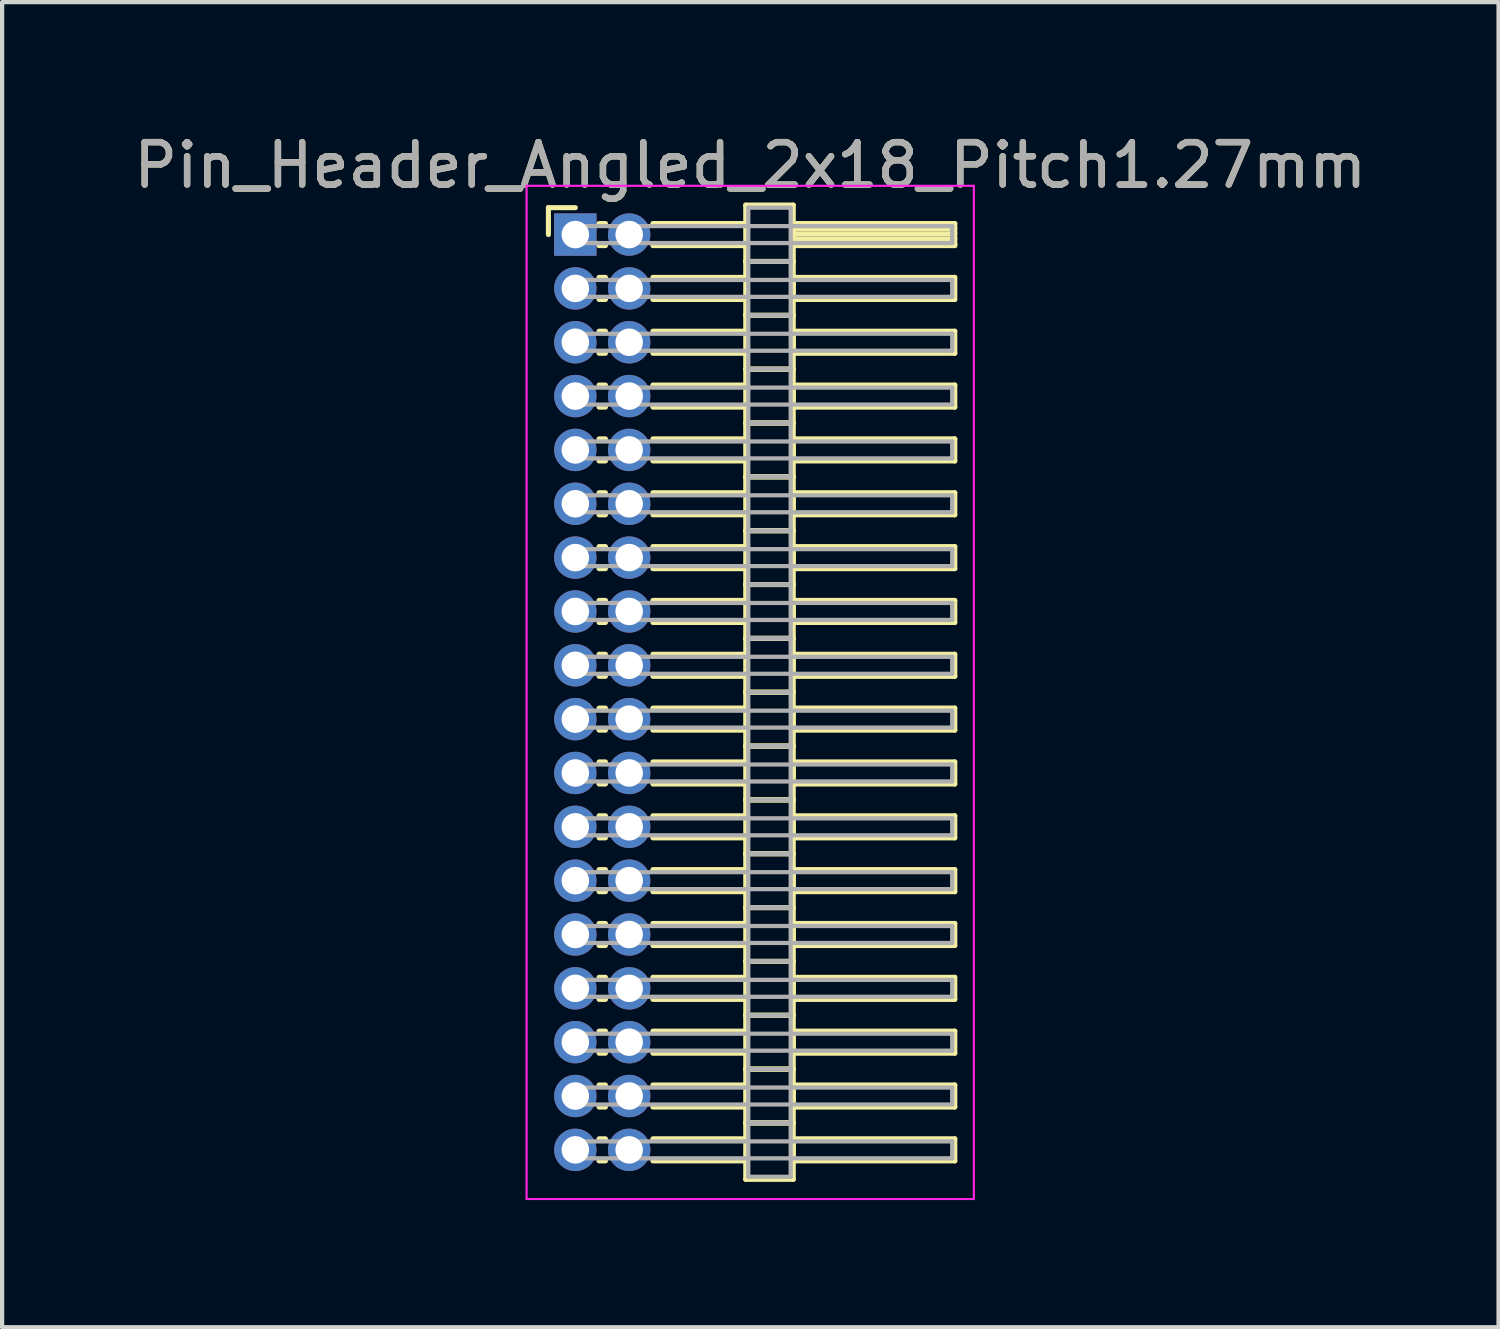
<source format=kicad_pcb>
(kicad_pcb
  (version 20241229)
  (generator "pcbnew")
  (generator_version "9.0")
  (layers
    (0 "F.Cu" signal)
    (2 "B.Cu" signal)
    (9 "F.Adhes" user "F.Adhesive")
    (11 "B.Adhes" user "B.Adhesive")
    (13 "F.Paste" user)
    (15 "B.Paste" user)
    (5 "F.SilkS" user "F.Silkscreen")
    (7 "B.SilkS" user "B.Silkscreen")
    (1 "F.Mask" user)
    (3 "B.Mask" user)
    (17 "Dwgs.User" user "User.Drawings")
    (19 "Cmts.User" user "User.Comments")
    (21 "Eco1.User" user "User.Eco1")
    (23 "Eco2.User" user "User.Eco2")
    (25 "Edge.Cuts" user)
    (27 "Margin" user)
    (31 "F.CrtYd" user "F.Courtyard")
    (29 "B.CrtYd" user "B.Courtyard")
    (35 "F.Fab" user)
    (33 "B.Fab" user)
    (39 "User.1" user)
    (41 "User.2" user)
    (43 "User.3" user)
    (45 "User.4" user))
  (footprint "Pin_Header_Angled_2x18_Pitch1.27mm"
    (layer "F.Cu")
    (at 10.521 2.483)
    (property "Reference" "Pin_Header_Angled_2x18_Pitch1.27mm" (at 4.128 -1.635 0) (layer "F.SilkS") (effects (font (size 1 1) (thickness 0.15))))
    (attr through_hole)
    (fp_line (start -0.635 -0.635) (end 0 -0.635) (stroke (width 0.12) (type solid)) (layer "F.SilkS"))
    (fp_line (start -0.635 0) (end -0.635 -0.635) (stroke (width 0.12) (type solid)) (layer "F.SilkS"))
    (fp_line (start 0.56 -0.26) (end 0.71 -0.26) (stroke (width 0.12) (type solid)) (layer "F.SilkS"))
    (fp_line (start 0.56 0.26) (end 0.71 0.26) (stroke (width 0.12) (type solid)) (layer "F.SilkS"))
    (fp_line (start 0.56 1.01) (end 0.71 1.01) (stroke (width 0.12) (type solid)) (layer "F.SilkS"))
    (fp_line (start 0.56 1.53) (end 0.71 1.53) (stroke (width 0.12) (type solid)) (layer "F.SilkS"))
    (fp_line (start 0.56 2.28) (end 0.71 2.28) (stroke (width 0.12) (type solid)) (layer "F.SilkS"))
    (fp_line (start 0.56 2.8) (end 0.71 2.8) (stroke (width 0.12) (type solid)) (layer "F.SilkS"))
    (fp_line (start 0.56 3.55) (end 0.71 3.55) (stroke (width 0.12) (type solid)) (layer "F.SilkS"))
    (fp_line (start 0.56 4.07) (end 0.71 4.07) (stroke (width 0.12) (type solid)) (layer "F.SilkS"))
    (fp_line (start 0.56 4.82) (end 0.71 4.82) (stroke (width 0.12) (type solid)) (layer "F.SilkS"))
    (fp_line (start 0.56 5.34) (end 0.71 5.34) (stroke (width 0.12) (type solid)) (layer "F.SilkS"))
    (fp_line (start 0.56 6.09) (end 0.71 6.09) (stroke (width 0.12) (type solid)) (layer "F.SilkS"))
    (fp_line (start 0.56 6.61) (end 0.71 6.61) (stroke (width 0.12) (type solid)) (layer "F.SilkS"))
    (fp_line (start 0.56 7.36) (end 0.71 7.36) (stroke (width 0.12) (type solid)) (layer "F.SilkS"))
    (fp_line (start 0.56 7.88) (end 0.71 7.88) (stroke (width 0.12) (type solid)) (layer "F.SilkS"))
    (fp_line (start 0.56 8.63) (end 0.71 8.63) (stroke (width 0.12) (type solid)) (layer "F.SilkS"))
    (fp_line (start 0.56 9.15) (end 0.71 9.15) (stroke (width 0.12) (type solid)) (layer "F.SilkS"))
    (fp_line (start 0.56 9.9) (end 0.71 9.9) (stroke (width 0.12) (type solid)) (layer "F.SilkS"))
    (fp_line (start 0.56 10.42) (end 0.71 10.42) (stroke (width 0.12) (type solid)) (layer "F.SilkS"))
    (fp_line (start 0.56 11.17) (end 0.71 11.17) (stroke (width 0.12) (type solid)) (layer "F.SilkS"))
    (fp_line (start 0.56 11.69) (end 0.71 11.69) (stroke (width 0.12) (type solid)) (layer "F.SilkS"))
    (fp_line (start 0.56 12.44) (end 0.71 12.44) (stroke (width 0.12) (type solid)) (layer "F.SilkS"))
    (fp_line (start 0.56 12.96) (end 0.71 12.96) (stroke (width 0.12) (type solid)) (layer "F.SilkS"))
    (fp_line (start 0.56 13.71) (end 0.71 13.71) (stroke (width 0.12) (type solid)) (layer "F.SilkS"))
    (fp_line (start 0.56 14.23) (end 0.71 14.23) (stroke (width 0.12) (type solid)) (layer "F.SilkS"))
    (fp_line (start 0.56 14.98) (end 0.71 14.98) (stroke (width 0.12) (type solid)) (layer "F.SilkS"))
    (fp_line (start 0.56 15.5) (end 0.71 15.5) (stroke (width 0.12) (type solid)) (layer "F.SilkS"))
    (fp_line (start 0.56 16.25) (end 0.71 16.25) (stroke (width 0.12) (type solid)) (layer "F.SilkS"))
    (fp_line (start 0.56 16.77) (end 0.71 16.77) (stroke (width 0.12) (type solid)) (layer "F.SilkS"))
    (fp_line (start 0.56 17.52) (end 0.71 17.52) (stroke (width 0.12) (type solid)) (layer "F.SilkS"))
    (fp_line (start 0.56 18.04) (end 0.71 18.04) (stroke (width 0.12) (type solid)) (layer "F.SilkS"))
    (fp_line (start 0.56 18.79) (end 0.71 18.79) (stroke (width 0.12) (type solid)) (layer "F.SilkS"))
    (fp_line (start 0.56 19.31) (end 0.71 19.31) (stroke (width 0.12) (type solid)) (layer "F.SilkS"))
    (fp_line (start 0.56 20.06) (end 0.71 20.06) (stroke (width 0.12) (type solid)) (layer "F.SilkS"))
    (fp_line (start 0.56 20.58) (end 0.71 20.58) (stroke (width 0.12) (type solid)) (layer "F.SilkS"))
    (fp_line (start 0.56 21.33) (end 0.71 21.33) (stroke (width 0.12) (type solid)) (layer "F.SilkS"))
    (fp_line (start 0.56 21.85) (end 0.71 21.85) (stroke (width 0.12) (type solid)) (layer "F.SilkS"))
    (fp_line (start 1.83 -0.26) (end 4.02 -0.26) (stroke (width 0.12) (type solid)) (layer "F.SilkS"))
    (fp_line (start 1.83 0.26) (end 4.02 0.26) (stroke (width 0.12) (type solid)) (layer "F.SilkS"))
    (fp_line (start 1.83 1.01) (end 4.02 1.01) (stroke (width 0.12) (type solid)) (layer "F.SilkS"))
    (fp_line (start 1.83 1.53) (end 4.02 1.53) (stroke (width 0.12) (type solid)) (layer "F.SilkS"))
    (fp_line (start 1.83 2.28) (end 4.02 2.28) (stroke (width 0.12) (type solid)) (layer "F.SilkS"))
    (fp_line (start 1.83 2.8) (end 4.02 2.8) (stroke (width 0.12) (type solid)) (layer "F.SilkS"))
    (fp_line (start 1.83 3.55) (end 4.02 3.55) (stroke (width 0.12) (type solid)) (layer "F.SilkS"))
    (fp_line (start 1.83 4.07) (end 4.02 4.07) (stroke (width 0.12) (type solid)) (layer "F.SilkS"))
    (fp_line (start 1.83 4.82) (end 4.02 4.82) (stroke (width 0.12) (type solid)) (layer "F.SilkS"))
    (fp_line (start 1.83 5.34) (end 4.02 5.34) (stroke (width 0.12) (type solid)) (layer "F.SilkS"))
    (fp_line (start 1.83 6.09) (end 4.02 6.09) (stroke (width 0.12) (type solid)) (layer "F.SilkS"))
    (fp_line (start 1.83 6.61) (end 4.02 6.61) (stroke (width 0.12) (type solid)) (layer "F.SilkS"))
    (fp_line (start 1.83 7.36) (end 4.02 7.36) (stroke (width 0.12) (type solid)) (layer "F.SilkS"))
    (fp_line (start 1.83 7.88) (end 4.02 7.88) (stroke (width 0.12) (type solid)) (layer "F.SilkS"))
    (fp_line (start 1.83 8.63) (end 4.02 8.63) (stroke (width 0.12) (type solid)) (layer "F.SilkS"))
    (fp_line (start 1.83 9.15) (end 4.02 9.15) (stroke (width 0.12) (type solid)) (layer "F.SilkS"))
    (fp_line (start 1.83 9.9) (end 4.02 9.9) (stroke (width 0.12) (type solid)) (layer "F.SilkS"))
    (fp_line (start 1.83 10.42) (end 4.02 10.42) (stroke (width 0.12) (type solid)) (layer "F.SilkS"))
    (fp_line (start 1.83 11.17) (end 4.02 11.17) (stroke (width 0.12) (type solid)) (layer "F.SilkS"))
    (fp_line (start 1.83 11.69) (end 4.02 11.69) (stroke (width 0.12) (type solid)) (layer "F.SilkS"))
    (fp_line (start 1.83 12.44) (end 4.02 12.44) (stroke (width 0.12) (type solid)) (layer "F.SilkS"))
    (fp_line (start 1.83 12.96) (end 4.02 12.96) (stroke (width 0.12) (type solid)) (layer "F.SilkS"))
    (fp_line (start 1.83 13.71) (end 4.02 13.71) (stroke (width 0.12) (type solid)) (layer "F.SilkS"))
    (fp_line (start 1.83 14.23) (end 4.02 14.23) (stroke (width 0.12) (type solid)) (layer "F.SilkS"))
    (fp_line (start 1.83 14.98) (end 4.02 14.98) (stroke (width 0.12) (type solid)) (layer "F.SilkS"))
    (fp_line (start 1.83 15.5) (end 4.02 15.5) (stroke (width 0.12) (type solid)) (layer "F.SilkS"))
    (fp_line (start 1.83 16.25) (end 4.02 16.25) (stroke (width 0.12) (type solid)) (layer "F.SilkS"))
    (fp_line (start 1.83 16.77) (end 4.02 16.77) (stroke (width 0.12) (type solid)) (layer "F.SilkS"))
    (fp_line (start 1.83 17.52) (end 4.02 17.52) (stroke (width 0.12) (type solid)) (layer "F.SilkS"))
    (fp_line (start 1.83 18.04) (end 4.02 18.04) (stroke (width 0.12) (type solid)) (layer "F.SilkS"))
    (fp_line (start 1.83 18.79) (end 4.02 18.79) (stroke (width 0.12) (type solid)) (layer "F.SilkS"))
    (fp_line (start 1.83 19.31) (end 4.02 19.31) (stroke (width 0.12) (type solid)) (layer "F.SilkS"))
    (fp_line (start 1.83 20.06) (end 4.02 20.06) (stroke (width 0.12) (type solid)) (layer "F.SilkS"))
    (fp_line (start 1.83 20.58) (end 4.02 20.58) (stroke (width 0.12) (type solid)) (layer "F.SilkS"))
    (fp_line (start 1.83 21.33) (end 4.02 21.33) (stroke (width 0.12) (type solid)) (layer "F.SilkS"))
    (fp_line (start 1.83 21.85) (end 4.02 21.85) (stroke (width 0.12) (type solid)) (layer "F.SilkS"))
    (fp_line (start 4.02 -0.695) (end 4.02 0.635) (stroke (width 0.12) (type solid)) (layer "F.SilkS"))
    (fp_line (start 4.02 0.635) (end 4.02 1.905) (stroke (width 0.12) (type solid)) (layer "F.SilkS"))
    (fp_line (start 4.02 0.635) (end 5.14 0.635) (stroke (width 0.12) (type solid)) (layer "F.SilkS"))
    (fp_line (start 4.02 1.905) (end 4.02 3.175) (stroke (width 0.12) (type solid)) (layer "F.SilkS"))
    (fp_line (start 4.02 1.905) (end 5.14 1.905) (stroke (width 0.12) (type solid)) (layer "F.SilkS"))
    (fp_line (start 4.02 3.175) (end 4.02 4.445) (stroke (width 0.12) (type solid)) (layer "F.SilkS"))
    (fp_line (start 4.02 3.175) (end 5.14 3.175) (stroke (width 0.12) (type solid)) (layer "F.SilkS"))
    (fp_line (start 4.02 4.445) (end 4.02 5.715) (stroke (width 0.12) (type solid)) (layer "F.SilkS"))
    (fp_line (start 4.02 4.445) (end 5.14 4.445) (stroke (width 0.12) (type solid)) (layer "F.SilkS"))
    (fp_line (start 4.02 5.715) (end 4.02 6.985) (stroke (width 0.12) (type solid)) (layer "F.SilkS"))
    (fp_line (start 4.02 5.715) (end 5.14 5.715) (stroke (width 0.12) (type solid)) (layer "F.SilkS"))
    (fp_line (start 4.02 6.985) (end 4.02 8.255) (stroke (width 0.12) (type solid)) (layer "F.SilkS"))
    (fp_line (start 4.02 6.985) (end 5.14 6.985) (stroke (width 0.12) (type solid)) (layer "F.SilkS"))
    (fp_line (start 4.02 8.255) (end 4.02 9.525) (stroke (width 0.12) (type solid)) (layer "F.SilkS"))
    (fp_line (start 4.02 8.255) (end 5.14 8.255) (stroke (width 0.12) (type solid)) (layer "F.SilkS"))
    (fp_line (start 4.02 9.525) (end 4.02 10.795) (stroke (width 0.12) (type solid)) (layer "F.SilkS"))
    (fp_line (start 4.02 9.525) (end 5.14 9.525) (stroke (width 0.12) (type solid)) (layer "F.SilkS"))
    (fp_line (start 4.02 10.795) (end 4.02 12.065) (stroke (width 0.12) (type solid)) (layer "F.SilkS"))
    (fp_line (start 4.02 10.795) (end 5.14 10.795) (stroke (width 0.12) (type solid)) (layer "F.SilkS"))
    (fp_line (start 4.02 12.065) (end 4.02 13.335) (stroke (width 0.12) (type solid)) (layer "F.SilkS"))
    (fp_line (start 4.02 12.065) (end 5.14 12.065) (stroke (width 0.12) (type solid)) (layer "F.SilkS"))
    (fp_line (start 4.02 13.335) (end 4.02 14.605) (stroke (width 0.12) (type solid)) (layer "F.SilkS"))
    (fp_line (start 4.02 13.335) (end 5.14 13.335) (stroke (width 0.12) (type solid)) (layer "F.SilkS"))
    (fp_line (start 4.02 14.605) (end 4.02 15.875) (stroke (width 0.12) (type solid)) (layer "F.SilkS"))
    (fp_line (start 4.02 14.605) (end 5.14 14.605) (stroke (width 0.12) (type solid)) (layer "F.SilkS"))
    (fp_line (start 4.02 15.875) (end 4.02 17.145) (stroke (width 0.12) (type solid)) (layer "F.SilkS"))
    (fp_line (start 4.02 15.875) (end 5.14 15.875) (stroke (width 0.12) (type solid)) (layer "F.SilkS"))
    (fp_line (start 4.02 17.145) (end 4.02 18.415) (stroke (width 0.12) (type solid)) (layer "F.SilkS"))
    (fp_line (start 4.02 17.145) (end 5.14 17.145) (stroke (width 0.12) (type solid)) (layer "F.SilkS"))
    (fp_line (start 4.02 18.415) (end 4.02 19.685) (stroke (width 0.12) (type solid)) (layer "F.SilkS"))
    (fp_line (start 4.02 18.415) (end 5.14 18.415) (stroke (width 0.12) (type solid)) (layer "F.SilkS"))
    (fp_line (start 4.02 19.685) (end 4.02 20.955) (stroke (width 0.12) (type solid)) (layer "F.SilkS"))
    (fp_line (start 4.02 19.685) (end 5.14 19.685) (stroke (width 0.12) (type solid)) (layer "F.SilkS"))
    (fp_line (start 4.02 20.955) (end 4.02 22.285) (stroke (width 0.12) (type solid)) (layer "F.SilkS"))
    (fp_line (start 4.02 20.955) (end 5.14 20.955) (stroke (width 0.12) (type solid)) (layer "F.SilkS"))
    (fp_line (start 4.02 22.285) (end 5.14 22.285) (stroke (width 0.12) (type solid)) (layer "F.SilkS"))
    (fp_line (start 5.14 -0.695) (end 4.02 -0.695) (stroke (width 0.12) (type solid)) (layer "F.SilkS"))
    (fp_line (start 5.14 -0.26) (end 5.14 0.26) (stroke (width 0.12) (type solid)) (layer "F.SilkS"))
    (fp_line (start 5.14 -0.14) (end 8.95 -0.14) (stroke (width 0.12) (type solid)) (layer "F.SilkS"))
    (fp_line (start 5.14 -0.02) (end 8.95 -0.02) (stroke (width 0.12) (type solid)) (layer "F.SilkS"))
    (fp_line (start 5.14 0.1) (end 8.95 0.1) (stroke (width 0.12) (type solid)) (layer "F.SilkS"))
    (fp_line (start 5.14 0.22) (end 8.95 0.22) (stroke (width 0.12) (type solid)) (layer "F.SilkS"))
    (fp_line (start 5.14 0.26) (end 8.95 0.26) (stroke (width 0.12) (type solid)) (layer "F.SilkS"))
    (fp_line (start 5.14 0.635) (end 4.02 0.635) (stroke (width 0.12) (type solid)) (layer "F.SilkS"))
    (fp_line (start 5.14 0.635) (end 5.14 -0.695) (stroke (width 0.12) (type solid)) (layer "F.SilkS"))
    (fp_line (start 5.14 1.01) (end 5.14 1.53) (stroke (width 0.12) (type solid)) (layer "F.SilkS"))
    (fp_line (start 5.14 1.53) (end 8.95 1.53) (stroke (width 0.12) (type solid)) (layer "F.SilkS"))
    (fp_line (start 5.14 1.905) (end 4.02 1.905) (stroke (width 0.12) (type solid)) (layer "F.SilkS"))
    (fp_line (start 5.14 1.905) (end 5.14 0.635) (stroke (width 0.12) (type solid)) (layer "F.SilkS"))
    (fp_line (start 5.14 2.28) (end 5.14 2.8) (stroke (width 0.12) (type solid)) (layer "F.SilkS"))
    (fp_line (start 5.14 2.8) (end 8.95 2.8) (stroke (width 0.12) (type solid)) (layer "F.SilkS"))
    (fp_line (start 5.14 3.175) (end 4.02 3.175) (stroke (width 0.12) (type solid)) (layer "F.SilkS"))
    (fp_line (start 5.14 3.175) (end 5.14 1.905) (stroke (width 0.12) (type solid)) (layer "F.SilkS"))
    (fp_line (start 5.14 3.55) (end 5.14 4.07) (stroke (width 0.12) (type solid)) (layer "F.SilkS"))
    (fp_line (start 5.14 4.07) (end 8.95 4.07) (stroke (width 0.12) (type solid)) (layer "F.SilkS"))
    (fp_line (start 5.14 4.445) (end 4.02 4.445) (stroke (width 0.12) (type solid)) (layer "F.SilkS"))
    (fp_line (start 5.14 4.445) (end 5.14 3.175) (stroke (width 0.12) (type solid)) (layer "F.SilkS"))
    (fp_line (start 5.14 4.82) (end 5.14 5.34) (stroke (width 0.12) (type solid)) (layer "F.SilkS"))
    (fp_line (start 5.14 5.34) (end 8.95 5.34) (stroke (width 0.12) (type solid)) (layer "F.SilkS"))
    (fp_line (start 5.14 5.715) (end 4.02 5.715) (stroke (width 0.12) (type solid)) (layer "F.SilkS"))
    (fp_line (start 5.14 5.715) (end 5.14 4.445) (stroke (width 0.12) (type solid)) (layer "F.SilkS"))
    (fp_line (start 5.14 6.09) (end 5.14 6.61) (stroke (width 0.12) (type solid)) (layer "F.SilkS"))
    (fp_line (start 5.14 6.61) (end 8.95 6.61) (stroke (width 0.12) (type solid)) (layer "F.SilkS"))
    (fp_line (start 5.14 6.985) (end 4.02 6.985) (stroke (width 0.12) (type solid)) (layer "F.SilkS"))
    (fp_line (start 5.14 6.985) (end 5.14 5.715) (stroke (width 0.12) (type solid)) (layer "F.SilkS"))
    (fp_line (start 5.14 7.36) (end 5.14 7.88) (stroke (width 0.12) (type solid)) (layer "F.SilkS"))
    (fp_line (start 5.14 7.88) (end 8.95 7.88) (stroke (width 0.12) (type solid)) (layer "F.SilkS"))
    (fp_line (start 5.14 8.255) (end 4.02 8.255) (stroke (width 0.12) (type solid)) (layer "F.SilkS"))
    (fp_line (start 5.14 8.255) (end 5.14 6.985) (stroke (width 0.12) (type solid)) (layer "F.SilkS"))
    (fp_line (start 5.14 8.63) (end 5.14 9.15) (stroke (width 0.12) (type solid)) (layer "F.SilkS"))
    (fp_line (start 5.14 9.15) (end 8.95 9.15) (stroke (width 0.12) (type solid)) (layer "F.SilkS"))
    (fp_line (start 5.14 9.525) (end 4.02 9.525) (stroke (width 0.12) (type solid)) (layer "F.SilkS"))
    (fp_line (start 5.14 9.525) (end 5.14 8.255) (stroke (width 0.12) (type solid)) (layer "F.SilkS"))
    (fp_line (start 5.14 9.9) (end 5.14 10.42) (stroke (width 0.12) (type solid)) (layer "F.SilkS"))
    (fp_line (start 5.14 10.42) (end 8.95 10.42) (stroke (width 0.12) (type solid)) (layer "F.SilkS"))
    (fp_line (start 5.14 10.795) (end 4.02 10.795) (stroke (width 0.12) (type solid)) (layer "F.SilkS"))
    (fp_line (start 5.14 10.795) (end 5.14 9.525) (stroke (width 0.12) (type solid)) (layer "F.SilkS"))
    (fp_line (start 5.14 11.17) (end 5.14 11.69) (stroke (width 0.12) (type solid)) (layer "F.SilkS"))
    (fp_line (start 5.14 11.69) (end 8.95 11.69) (stroke (width 0.12) (type solid)) (layer "F.SilkS"))
    (fp_line (start 5.14 12.065) (end 4.02 12.065) (stroke (width 0.12) (type solid)) (layer "F.SilkS"))
    (fp_line (start 5.14 12.065) (end 5.14 10.795) (stroke (width 0.12) (type solid)) (layer "F.SilkS"))
    (fp_line (start 5.14 12.44) (end 5.14 12.96) (stroke (width 0.12) (type solid)) (layer "F.SilkS"))
    (fp_line (start 5.14 12.96) (end 8.95 12.96) (stroke (width 0.12) (type solid)) (layer "F.SilkS"))
    (fp_line (start 5.14 13.335) (end 4.02 13.335) (stroke (width 0.12) (type solid)) (layer "F.SilkS"))
    (fp_line (start 5.14 13.335) (end 5.14 12.065) (stroke (width 0.12) (type solid)) (layer "F.SilkS"))
    (fp_line (start 5.14 13.71) (end 5.14 14.23) (stroke (width 0.12) (type solid)) (layer "F.SilkS"))
    (fp_line (start 5.14 14.23) (end 8.95 14.23) (stroke (width 0.12) (type solid)) (layer "F.SilkS"))
    (fp_line (start 5.14 14.605) (end 4.02 14.605) (stroke (width 0.12) (type solid)) (layer "F.SilkS"))
    (fp_line (start 5.14 14.605) (end 5.14 13.335) (stroke (width 0.12) (type solid)) (layer "F.SilkS"))
    (fp_line (start 5.14 14.98) (end 5.14 15.5) (stroke (width 0.12) (type solid)) (layer "F.SilkS"))
    (fp_line (start 5.14 15.5) (end 8.95 15.5) (stroke (width 0.12) (type solid)) (layer "F.SilkS"))
    (fp_line (start 5.14 15.875) (end 4.02 15.875) (stroke (width 0.12) (type solid)) (layer "F.SilkS"))
    (fp_line (start 5.14 15.875) (end 5.14 14.605) (stroke (width 0.12) (type solid)) (layer "F.SilkS"))
    (fp_line (start 5.14 16.25) (end 5.14 16.77) (stroke (width 0.12) (type solid)) (layer "F.SilkS"))
    (fp_line (start 5.14 16.77) (end 8.95 16.77) (stroke (width 0.12) (type solid)) (layer "F.SilkS"))
    (fp_line (start 5.14 17.145) (end 4.02 17.145) (stroke (width 0.12) (type solid)) (layer "F.SilkS"))
    (fp_line (start 5.14 17.145) (end 5.14 15.875) (stroke (width 0.12) (type solid)) (layer "F.SilkS"))
    (fp_line (start 5.14 17.52) (end 5.14 18.04) (stroke (width 0.12) (type solid)) (layer "F.SilkS"))
    (fp_line (start 5.14 18.04) (end 8.95 18.04) (stroke (width 0.12) (type solid)) (layer "F.SilkS"))
    (fp_line (start 5.14 18.415) (end 4.02 18.415) (stroke (width 0.12) (type solid)) (layer "F.SilkS"))
    (fp_line (start 5.14 18.415) (end 5.14 17.145) (stroke (width 0.12) (type solid)) (layer "F.SilkS"))
    (fp_line (start 5.14 18.79) (end 5.14 19.31) (stroke (width 0.12) (type solid)) (layer "F.SilkS"))
    (fp_line (start 5.14 19.31) (end 8.95 19.31) (stroke (width 0.12) (type solid)) (layer "F.SilkS"))
    (fp_line (start 5.14 19.685) (end 4.02 19.685) (stroke (width 0.12) (type solid)) (layer "F.SilkS"))
    (fp_line (start 5.14 19.685) (end 5.14 18.415) (stroke (width 0.12) (type solid)) (layer "F.SilkS"))
    (fp_line (start 5.14 20.06) (end 5.14 20.58) (stroke (width 0.12) (type solid)) (layer "F.SilkS"))
    (fp_line (start 5.14 20.58) (end 8.95 20.58) (stroke (width 0.12) (type solid)) (layer "F.SilkS"))
    (fp_line (start 5.14 20.955) (end 4.02 20.955) (stroke (width 0.12) (type solid)) (layer "F.SilkS"))
    (fp_line (start 5.14 20.955) (end 5.14 19.685) (stroke (width 0.12) (type solid)) (layer "F.SilkS"))
    (fp_line (start 5.14 21.33) (end 5.14 21.85) (stroke (width 0.12) (type solid)) (layer "F.SilkS"))
    (fp_line (start 5.14 21.85) (end 8.95 21.85) (stroke (width 0.12) (type solid)) (layer "F.SilkS"))
    (fp_line (start 5.14 22.285) (end 5.14 20.955) (stroke (width 0.12) (type solid)) (layer "F.SilkS"))
    (fp_line (start 8.95 -0.26) (end 5.14 -0.26) (stroke (width 0.12) (type solid)) (layer "F.SilkS"))
    (fp_line (start 8.95 0.26) (end 8.95 -0.26) (stroke (width 0.12) (type solid)) (layer "F.SilkS"))
    (fp_line (start 8.95 1.01) (end 5.14 1.01) (stroke (width 0.12) (type solid)) (layer "F.SilkS"))
    (fp_line (start 8.95 1.53) (end 8.95 1.01) (stroke (width 0.12) (type solid)) (layer "F.SilkS"))
    (fp_line (start 8.95 2.28) (end 5.14 2.28) (stroke (width 0.12) (type solid)) (layer "F.SilkS"))
    (fp_line (start 8.95 2.8) (end 8.95 2.28) (stroke (width 0.12) (type solid)) (layer "F.SilkS"))
    (fp_line (start 8.95 3.55) (end 5.14 3.55) (stroke (width 0.12) (type solid)) (layer "F.SilkS"))
    (fp_line (start 8.95 4.07) (end 8.95 3.55) (stroke (width 0.12) (type solid)) (layer "F.SilkS"))
    (fp_line (start 8.95 4.82) (end 5.14 4.82) (stroke (width 0.12) (type solid)) (layer "F.SilkS"))
    (fp_line (start 8.95 5.34) (end 8.95 4.82) (stroke (width 0.12) (type solid)) (layer "F.SilkS"))
    (fp_line (start 8.95 6.09) (end 5.14 6.09) (stroke (width 0.12) (type solid)) (layer "F.SilkS"))
    (fp_line (start 8.95 6.61) (end 8.95 6.09) (stroke (width 0.12) (type solid)) (layer "F.SilkS"))
    (fp_line (start 8.95 7.36) (end 5.14 7.36) (stroke (width 0.12) (type solid)) (layer "F.SilkS"))
    (fp_line (start 8.95 7.88) (end 8.95 7.36) (stroke (width 0.12) (type solid)) (layer "F.SilkS"))
    (fp_line (start 8.95 8.63) (end 5.14 8.63) (stroke (width 0.12) (type solid)) (layer "F.SilkS"))
    (fp_line (start 8.95 9.15) (end 8.95 8.63) (stroke (width 0.12) (type solid)) (layer "F.SilkS"))
    (fp_line (start 8.95 9.9) (end 5.14 9.9) (stroke (width 0.12) (type solid)) (layer "F.SilkS"))
    (fp_line (start 8.95 10.42) (end 8.95 9.9) (stroke (width 0.12) (type solid)) (layer "F.SilkS"))
    (fp_line (start 8.95 11.17) (end 5.14 11.17) (stroke (width 0.12) (type solid)) (layer "F.SilkS"))
    (fp_line (start 8.95 11.69) (end 8.95 11.17) (stroke (width 0.12) (type solid)) (layer "F.SilkS"))
    (fp_line (start 8.95 12.44) (end 5.14 12.44) (stroke (width 0.12) (type solid)) (layer "F.SilkS"))
    (fp_line (start 8.95 12.96) (end 8.95 12.44) (stroke (width 0.12) (type solid)) (layer "F.SilkS"))
    (fp_line (start 8.95 13.71) (end 5.14 13.71) (stroke (width 0.12) (type solid)) (layer "F.SilkS"))
    (fp_line (start 8.95 14.23) (end 8.95 13.71) (stroke (width 0.12) (type solid)) (layer "F.SilkS"))
    (fp_line (start 8.95 14.98) (end 5.14 14.98) (stroke (width 0.12) (type solid)) (layer "F.SilkS"))
    (fp_line (start 8.95 15.5) (end 8.95 14.98) (stroke (width 0.12) (type solid)) (layer "F.SilkS"))
    (fp_line (start 8.95 16.25) (end 5.14 16.25) (stroke (width 0.12) (type solid)) (layer "F.SilkS"))
    (fp_line (start 8.95 16.77) (end 8.95 16.25) (stroke (width 0.12) (type solid)) (layer "F.SilkS"))
    (fp_line (start 8.95 17.52) (end 5.14 17.52) (stroke (width 0.12) (type solid)) (layer "F.SilkS"))
    (fp_line (start 8.95 18.04) (end 8.95 17.52) (stroke (width 0.12) (type solid)) (layer "F.SilkS"))
    (fp_line (start 8.95 18.79) (end 5.14 18.79) (stroke (width 0.12) (type solid)) (layer "F.SilkS"))
    (fp_line (start 8.95 19.31) (end 8.95 18.79) (stroke (width 0.12) (type solid)) (layer "F.SilkS"))
    (fp_line (start 8.95 20.06) (end 5.14 20.06) (stroke (width 0.12) (type solid)) (layer "F.SilkS"))
    (fp_line (start 8.95 20.58) (end 8.95 20.06) (stroke (width 0.12) (type solid)) (layer "F.SilkS"))
    (fp_line (start 8.95 21.33) (end 5.14 21.33) (stroke (width 0.12) (type solid)) (layer "F.SilkS"))
    (fp_line (start 8.95 21.85) (end 8.95 21.33) (stroke (width 0.12) (type solid)) (layer "F.SilkS"))
    (fp_line (start -1.15 -1.15) (end -1.15 22.75) (stroke (width 0.05) (type solid)) (layer "F.CrtYd"))
    (fp_line (start -1.15 22.75) (end 9.4 22.75) (stroke (width 0.05) (type solid)) (layer "F.CrtYd"))
    (fp_line (start 9.4 -1.15) (end -1.15 -1.15) (stroke (width 0.05) (type solid)) (layer "F.CrtYd"))
    (fp_line (start 9.4 22.75) (end 9.4 -1.15) (stroke (width 0.05) (type solid)) (layer "F.CrtYd"))
    (fp_line (start 0 -0.2) (end 0 0.2) (stroke (width 0.1) (type solid)) (layer "F.Fab"))
    (fp_line (start 0 0.2) (end 8.89 0.2) (stroke (width 0.1) (type solid)) (layer "F.Fab"))
    (fp_line (start 0 1.07) (end 0 1.47) (stroke (width 0.1) (type solid)) (layer "F.Fab"))
    (fp_line (start 0 1.47) (end 8.89 1.47) (stroke (width 0.1) (type solid)) (layer "F.Fab"))
    (fp_line (start 0 2.34) (end 0 2.74) (stroke (width 0.1) (type solid)) (layer "F.Fab"))
    (fp_line (start 0 2.74) (end 8.89 2.74) (stroke (width 0.1) (type solid)) (layer "F.Fab"))
    (fp_line (start 0 3.61) (end 0 4.01) (stroke (width 0.1) (type solid)) (layer "F.Fab"))
    (fp_line (start 0 4.01) (end 8.89 4.01) (stroke (width 0.1) (type solid)) (layer "F.Fab"))
    (fp_line (start 0 4.88) (end 0 5.28) (stroke (width 0.1) (type solid)) (layer "F.Fab"))
    (fp_line (start 0 5.28) (end 8.89 5.28) (stroke (width 0.1) (type solid)) (layer "F.Fab"))
    (fp_line (start 0 6.15) (end 0 6.55) (stroke (width 0.1) (type solid)) (layer "F.Fab"))
    (fp_line (start 0 6.55) (end 8.89 6.55) (stroke (width 0.1) (type solid)) (layer "F.Fab"))
    (fp_line (start 0 7.42) (end 0 7.82) (stroke (width 0.1) (type solid)) (layer "F.Fab"))
    (fp_line (start 0 7.82) (end 8.89 7.82) (stroke (width 0.1) (type solid)) (layer "F.Fab"))
    (fp_line (start 0 8.69) (end 0 9.09) (stroke (width 0.1) (type solid)) (layer "F.Fab"))
    (fp_line (start 0 9.09) (end 8.89 9.09) (stroke (width 0.1) (type solid)) (layer "F.Fab"))
    (fp_line (start 0 9.96) (end 0 10.36) (stroke (width 0.1) (type solid)) (layer "F.Fab"))
    (fp_line (start 0 10.36) (end 8.89 10.36) (stroke (width 0.1) (type solid)) (layer "F.Fab"))
    (fp_line (start 0 11.23) (end 0 11.63) (stroke (width 0.1) (type solid)) (layer "F.Fab"))
    (fp_line (start 0 11.63) (end 8.89 11.63) (stroke (width 0.1) (type solid)) (layer "F.Fab"))
    (fp_line (start 0 12.5) (end 0 12.9) (stroke (width 0.1) (type solid)) (layer "F.Fab"))
    (fp_line (start 0 12.9) (end 8.89 12.9) (stroke (width 0.1) (type solid)) (layer "F.Fab"))
    (fp_line (start 0 13.77) (end 0 14.17) (stroke (width 0.1) (type solid)) (layer "F.Fab"))
    (fp_line (start 0 14.17) (end 8.89 14.17) (stroke (width 0.1) (type solid)) (layer "F.Fab"))
    (fp_line (start 0 15.04) (end 0 15.44) (stroke (width 0.1) (type solid)) (layer "F.Fab"))
    (fp_line (start 0 15.44) (end 8.89 15.44) (stroke (width 0.1) (type solid)) (layer "F.Fab"))
    (fp_line (start 0 16.31) (end 0 16.71) (stroke (width 0.1) (type solid)) (layer "F.Fab"))
    (fp_line (start 0 16.71) (end 8.89 16.71) (stroke (width 0.1) (type solid)) (layer "F.Fab"))
    (fp_line (start 0 17.58) (end 0 17.98) (stroke (width 0.1) (type solid)) (layer "F.Fab"))
    (fp_line (start 0 17.98) (end 8.89 17.98) (stroke (width 0.1) (type solid)) (layer "F.Fab"))
    (fp_line (start 0 18.85) (end 0 19.25) (stroke (width 0.1) (type solid)) (layer "F.Fab"))
    (fp_line (start 0 19.25) (end 8.89 19.25) (stroke (width 0.1) (type solid)) (layer "F.Fab"))
    (fp_line (start 0 20.12) (end 0 20.52) (stroke (width 0.1) (type solid)) (layer "F.Fab"))
    (fp_line (start 0 20.52) (end 8.89 20.52) (stroke (width 0.1) (type solid)) (layer "F.Fab"))
    (fp_line (start 0 21.39) (end 0 21.79) (stroke (width 0.1) (type solid)) (layer "F.Fab"))
    (fp_line (start 0 21.79) (end 8.89 21.79) (stroke (width 0.1) (type solid)) (layer "F.Fab"))
    (fp_line (start 4.08 -0.635) (end 4.08 0.635) (stroke (width 0.1) (type solid)) (layer "F.Fab"))
    (fp_line (start 4.08 0.635) (end 4.08 1.905) (stroke (width 0.1) (type solid)) (layer "F.Fab"))
    (fp_line (start 4.08 0.635) (end 5.08 0.635) (stroke (width 0.1) (type solid)) (layer "F.Fab"))
    (fp_line (start 4.08 1.905) (end 4.08 3.175) (stroke (width 0.1) (type solid)) (layer "F.Fab"))
    (fp_line (start 4.08 1.905) (end 5.08 1.905) (stroke (width 0.1) (type solid)) (layer "F.Fab"))
    (fp_line (start 4.08 3.175) (end 4.08 4.445) (stroke (width 0.1) (type solid)) (layer "F.Fab"))
    (fp_line (start 4.08 3.175) (end 5.08 3.175) (stroke (width 0.1) (type solid)) (layer "F.Fab"))
    (fp_line (start 4.08 4.445) (end 4.08 5.715) (stroke (width 0.1) (type solid)) (layer "F.Fab"))
    (fp_line (start 4.08 4.445) (end 5.08 4.445) (stroke (width 0.1) (type solid)) (layer "F.Fab"))
    (fp_line (start 4.08 5.715) (end 4.08 6.985) (stroke (width 0.1) (type solid)) (layer "F.Fab"))
    (fp_line (start 4.08 5.715) (end 5.08 5.715) (stroke (width 0.1) (type solid)) (layer "F.Fab"))
    (fp_line (start 4.08 6.985) (end 4.08 8.255) (stroke (width 0.1) (type solid)) (layer "F.Fab"))
    (fp_line (start 4.08 6.985) (end 5.08 6.985) (stroke (width 0.1) (type solid)) (layer "F.Fab"))
    (fp_line (start 4.08 8.255) (end 4.08 9.525) (stroke (width 0.1) (type solid)) (layer "F.Fab"))
    (fp_line (start 4.08 8.255) (end 5.08 8.255) (stroke (width 0.1) (type solid)) (layer "F.Fab"))
    (fp_line (start 4.08 9.525) (end 4.08 10.795) (stroke (width 0.1) (type solid)) (layer "F.Fab"))
    (fp_line (start 4.08 9.525) (end 5.08 9.525) (stroke (width 0.1) (type solid)) (layer "F.Fab"))
    (fp_line (start 4.08 10.795) (end 4.08 12.065) (stroke (width 0.1) (type solid)) (layer "F.Fab"))
    (fp_line (start 4.08 10.795) (end 5.08 10.795) (stroke (width 0.1) (type solid)) (layer "F.Fab"))
    (fp_line (start 4.08 12.065) (end 4.08 13.335) (stroke (width 0.1) (type solid)) (layer "F.Fab"))
    (fp_line (start 4.08 12.065) (end 5.08 12.065) (stroke (width 0.1) (type solid)) (layer "F.Fab"))
    (fp_line (start 4.08 13.335) (end 4.08 14.605) (stroke (width 0.1) (type solid)) (layer "F.Fab"))
    (fp_line (start 4.08 13.335) (end 5.08 13.335) (stroke (width 0.1) (type solid)) (layer "F.Fab"))
    (fp_line (start 4.08 14.605) (end 4.08 15.875) (stroke (width 0.1) (type solid)) (layer "F.Fab"))
    (fp_line (start 4.08 14.605) (end 5.08 14.605) (stroke (width 0.1) (type solid)) (layer "F.Fab"))
    (fp_line (start 4.08 15.875) (end 4.08 17.145) (stroke (width 0.1) (type solid)) (layer "F.Fab"))
    (fp_line (start 4.08 15.875) (end 5.08 15.875) (stroke (width 0.1) (type solid)) (layer "F.Fab"))
    (fp_line (start 4.08 17.145) (end 4.08 18.415) (stroke (width 0.1) (type solid)) (layer "F.Fab"))
    (fp_line (start 4.08 17.145) (end 5.08 17.145) (stroke (width 0.1) (type solid)) (layer "F.Fab"))
    (fp_line (start 4.08 18.415) (end 4.08 19.685) (stroke (width 0.1) (type solid)) (layer "F.Fab"))
    (fp_line (start 4.08 18.415) (end 5.08 18.415) (stroke (width 0.1) (type solid)) (layer "F.Fab"))
    (fp_line (start 4.08 19.685) (end 4.08 20.955) (stroke (width 0.1) (type solid)) (layer "F.Fab"))
    (fp_line (start 4.08 19.685) (end 5.08 19.685) (stroke (width 0.1) (type solid)) (layer "F.Fab"))
    (fp_line (start 4.08 20.955) (end 4.08 22.225) (stroke (width 0.1) (type solid)) (layer "F.Fab"))
    (fp_line (start 4.08 20.955) (end 5.08 20.955) (stroke (width 0.1) (type solid)) (layer "F.Fab"))
    (fp_line (start 4.08 22.225) (end 5.08 22.225) (stroke (width 0.1) (type solid)) (layer "F.Fab"))
    (fp_line (start 5.08 -0.635) (end 4.08 -0.635) (stroke (width 0.1) (type solid)) (layer "F.Fab"))
    (fp_line (start 5.08 0.635) (end 4.08 0.635) (stroke (width 0.1) (type solid)) (layer "F.Fab"))
    (fp_line (start 5.08 0.635) (end 5.08 -0.635) (stroke (width 0.1) (type solid)) (layer "F.Fab"))
    (fp_line (start 5.08 1.905) (end 4.08 1.905) (stroke (width 0.1) (type solid)) (layer "F.Fab"))
    (fp_line (start 5.08 1.905) (end 5.08 0.635) (stroke (width 0.1) (type solid)) (layer "F.Fab"))
    (fp_line (start 5.08 3.175) (end 4.08 3.175) (stroke (width 0.1) (type solid)) (layer "F.Fab"))
    (fp_line (start 5.08 3.175) (end 5.08 1.905) (stroke (width 0.1) (type solid)) (layer "F.Fab"))
    (fp_line (start 5.08 4.445) (end 4.08 4.445) (stroke (width 0.1) (type solid)) (layer "F.Fab"))
    (fp_line (start 5.08 4.445) (end 5.08 3.175) (stroke (width 0.1) (type solid)) (layer "F.Fab"))
    (fp_line (start 5.08 5.715) (end 4.08 5.715) (stroke (width 0.1) (type solid)) (layer "F.Fab"))
    (fp_line (start 5.08 5.715) (end 5.08 4.445) (stroke (width 0.1) (type solid)) (layer "F.Fab"))
    (fp_line (start 5.08 6.985) (end 4.08 6.985) (stroke (width 0.1) (type solid)) (layer "F.Fab"))
    (fp_line (start 5.08 6.985) (end 5.08 5.715) (stroke (width 0.1) (type solid)) (layer "F.Fab"))
    (fp_line (start 5.08 8.255) (end 4.08 8.255) (stroke (width 0.1) (type solid)) (layer "F.Fab"))
    (fp_line (start 5.08 8.255) (end 5.08 6.985) (stroke (width 0.1) (type solid)) (layer "F.Fab"))
    (fp_line (start 5.08 9.525) (end 4.08 9.525) (stroke (width 0.1) (type solid)) (layer "F.Fab"))
    (fp_line (start 5.08 9.525) (end 5.08 8.255) (stroke (width 0.1) (type solid)) (layer "F.Fab"))
    (fp_line (start 5.08 10.795) (end 4.08 10.795) (stroke (width 0.1) (type solid)) (layer "F.Fab"))
    (fp_line (start 5.08 10.795) (end 5.08 9.525) (stroke (width 0.1) (type solid)) (layer "F.Fab"))
    (fp_line (start 5.08 12.065) (end 4.08 12.065) (stroke (width 0.1) (type solid)) (layer "F.Fab"))
    (fp_line (start 5.08 12.065) (end 5.08 10.795) (stroke (width 0.1) (type solid)) (layer "F.Fab"))
    (fp_line (start 5.08 13.335) (end 4.08 13.335) (stroke (width 0.1) (type solid)) (layer "F.Fab"))
    (fp_line (start 5.08 13.335) (end 5.08 12.065) (stroke (width 0.1) (type solid)) (layer "F.Fab"))
    (fp_line (start 5.08 14.605) (end 4.08 14.605) (stroke (width 0.1) (type solid)) (layer "F.Fab"))
    (fp_line (start 5.08 14.605) (end 5.08 13.335) (stroke (width 0.1) (type solid)) (layer "F.Fab"))
    (fp_line (start 5.08 15.875) (end 4.08 15.875) (stroke (width 0.1) (type solid)) (layer "F.Fab"))
    (fp_line (start 5.08 15.875) (end 5.08 14.605) (stroke (width 0.1) (type solid)) (layer "F.Fab"))
    (fp_line (start 5.08 17.145) (end 4.08 17.145) (stroke (width 0.1) (type solid)) (layer "F.Fab"))
    (fp_line (start 5.08 17.145) (end 5.08 15.875) (stroke (width 0.1) (type solid)) (layer "F.Fab"))
    (fp_line (start 5.08 18.415) (end 4.08 18.415) (stroke (width 0.1) (type solid)) (layer "F.Fab"))
    (fp_line (start 5.08 18.415) (end 5.08 17.145) (stroke (width 0.1) (type solid)) (layer "F.Fab"))
    (fp_line (start 5.08 19.685) (end 4.08 19.685) (stroke (width 0.1) (type solid)) (layer "F.Fab"))
    (fp_line (start 5.08 19.685) (end 5.08 18.415) (stroke (width 0.1) (type solid)) (layer "F.Fab"))
    (fp_line (start 5.08 20.955) (end 4.08 20.955) (stroke (width 0.1) (type solid)) (layer "F.Fab"))
    (fp_line (start 5.08 20.955) (end 5.08 19.685) (stroke (width 0.1) (type solid)) (layer "F.Fab"))
    (fp_line (start 5.08 22.225) (end 5.08 20.955) (stroke (width 0.1) (type solid)) (layer "F.Fab"))
    (fp_line (start 8.89 -0.2) (end 0 -0.2) (stroke (width 0.1) (type solid)) (layer "F.Fab"))
    (fp_line (start 8.89 0.2) (end 8.89 -0.2) (stroke (width 0.1) (type solid)) (layer "F.Fab"))
    (fp_line (start 8.89 1.07) (end 0 1.07) (stroke (width 0.1) (type solid)) (layer "F.Fab"))
    (fp_line (start 8.89 1.47) (end 8.89 1.07) (stroke (width 0.1) (type solid)) (layer "F.Fab"))
    (fp_line (start 8.89 2.34) (end 0 2.34) (stroke (width 0.1) (type solid)) (layer "F.Fab"))
    (fp_line (start 8.89 2.74) (end 8.89 2.34) (stroke (width 0.1) (type solid)) (layer "F.Fab"))
    (fp_line (start 8.89 3.61) (end 0 3.61) (stroke (width 0.1) (type solid)) (layer "F.Fab"))
    (fp_line (start 8.89 4.01) (end 8.89 3.61) (stroke (width 0.1) (type solid)) (layer "F.Fab"))
    (fp_line (start 8.89 4.88) (end 0 4.88) (stroke (width 0.1) (type solid)) (layer "F.Fab"))
    (fp_line (start 8.89 5.28) (end 8.89 4.88) (stroke (width 0.1) (type solid)) (layer "F.Fab"))
    (fp_line (start 8.89 6.15) (end 0 6.15) (stroke (width 0.1) (type solid)) (layer "F.Fab"))
    (fp_line (start 8.89 6.55) (end 8.89 6.15) (stroke (width 0.1) (type solid)) (layer "F.Fab"))
    (fp_line (start 8.89 7.42) (end 0 7.42) (stroke (width 0.1) (type solid)) (layer "F.Fab"))
    (fp_line (start 8.89 7.82) (end 8.89 7.42) (stroke (width 0.1) (type solid)) (layer "F.Fab"))
    (fp_line (start 8.89 8.69) (end 0 8.69) (stroke (width 0.1) (type solid)) (layer "F.Fab"))
    (fp_line (start 8.89 9.09) (end 8.89 8.69) (stroke (width 0.1) (type solid)) (layer "F.Fab"))
    (fp_line (start 8.89 9.96) (end 0 9.96) (stroke (width 0.1) (type solid)) (layer "F.Fab"))
    (fp_line (start 8.89 10.36) (end 8.89 9.96) (stroke (width 0.1) (type solid)) (layer "F.Fab"))
    (fp_line (start 8.89 11.23) (end 0 11.23) (stroke (width 0.1) (type solid)) (layer "F.Fab"))
    (fp_line (start 8.89 11.63) (end 8.89 11.23) (stroke (width 0.1) (type solid)) (layer "F.Fab"))
    (fp_line (start 8.89 12.5) (end 0 12.5) (stroke (width 0.1) (type solid)) (layer "F.Fab"))
    (fp_line (start 8.89 12.9) (end 8.89 12.5) (stroke (width 0.1) (type solid)) (layer "F.Fab"))
    (fp_line (start 8.89 13.77) (end 0 13.77) (stroke (width 0.1) (type solid)) (layer "F.Fab"))
    (fp_line (start 8.89 14.17) (end 8.89 13.77) (stroke (width 0.1) (type solid)) (layer "F.Fab"))
    (fp_line (start 8.89 15.04) (end 0 15.04) (stroke (width 0.1) (type solid)) (layer "F.Fab"))
    (fp_line (start 8.89 15.44) (end 8.89 15.04) (stroke (width 0.1) (type solid)) (layer "F.Fab"))
    (fp_line (start 8.89 16.31) (end 0 16.31) (stroke (width 0.1) (type solid)) (layer "F.Fab"))
    (fp_line (start 8.89 16.71) (end 8.89 16.31) (stroke (width 0.1) (type solid)) (layer "F.Fab"))
    (fp_line (start 8.89 17.58) (end 0 17.58) (stroke (width 0.1) (type solid)) (layer "F.Fab"))
    (fp_line (start 8.89 17.98) (end 8.89 17.58) (stroke (width 0.1) (type solid)) (layer "F.Fab"))
    (fp_line (start 8.89 18.85) (end 0 18.85) (stroke (width 0.1) (type solid)) (layer "F.Fab"))
    (fp_line (start 8.89 19.25) (end 8.89 18.85) (stroke (width 0.1) (type solid)) (layer "F.Fab"))
    (fp_line (start 8.89 20.12) (end 0 20.12) (stroke (width 0.1) (type solid)) (layer "F.Fab"))
    (fp_line (start 8.89 20.52) (end 8.89 20.12) (stroke (width 0.1) (type solid)) (layer "F.Fab"))
    (fp_line (start 8.89 21.39) (end 0 21.39) (stroke (width 0.1) (type solid)) (layer "F.Fab"))
    (fp_line (start 8.89 21.79) (end 8.89 21.39) (stroke (width 0.1) (type solid)) (layer "F.Fab"))
    (fp_text user "${REFERENCE}" (at 4.128 -1.635 0) (layer "F.Fab") (effects (font (size 1 1) (thickness 0.15))))
    (pad "1" thru_hole rect (at 0 0) (size 1 1) (drill 0.65) (layers "*.Cu" "*.Mask"))
    (pad "2" thru_hole oval (at 1.27 0) (size 1 1) (drill 0.65) (layers "*.Cu" "*.Mask"))
    (pad "3" thru_hole oval (at 0 1.27) (size 1 1) (drill 0.65) (layers "*.Cu" "*.Mask"))
    (pad "4" thru_hole oval (at 1.27 1.27) (size 1 1) (drill 0.65) (layers "*.Cu" "*.Mask"))
    (pad "5" thru_hole oval (at 0 2.54) (size 1 1) (drill 0.65) (layers "*.Cu" "*.Mask"))
    (pad "6" thru_hole oval (at 1.27 2.54) (size 1 1) (drill 0.65) (layers "*.Cu" "*.Mask"))
    (pad "7" thru_hole oval (at 0 3.81) (size 1 1) (drill 0.65) (layers "*.Cu" "*.Mask"))
    (pad "8" thru_hole oval (at 1.27 3.81) (size 1 1) (drill 0.65) (layers "*.Cu" "*.Mask"))
    (pad "9" thru_hole oval (at 0 5.08) (size 1 1) (drill 0.65) (layers "*.Cu" "*.Mask"))
    (pad "10" thru_hole oval (at 1.27 5.08) (size 1 1) (drill 0.65) (layers "*.Cu" "*.Mask"))
    (pad "11" thru_hole oval (at 0 6.35) (size 1 1) (drill 0.65) (layers "*.Cu" "*.Mask"))
    (pad "12" thru_hole oval (at 1.27 6.35) (size 1 1) (drill 0.65) (layers "*.Cu" "*.Mask"))
    (pad "13" thru_hole oval (at 0 7.62) (size 1 1) (drill 0.65) (layers "*.Cu" "*.Mask"))
    (pad "14" thru_hole oval (at 1.27 7.62) (size 1 1) (drill 0.65) (layers "*.Cu" "*.Mask"))
    (pad "15" thru_hole oval (at 0 8.89) (size 1 1) (drill 0.65) (layers "*.Cu" "*.Mask"))
    (pad "16" thru_hole oval (at 1.27 8.89) (size 1 1) (drill 0.65) (layers "*.Cu" "*.Mask"))
    (pad "17" thru_hole oval (at 0 10.16) (size 1 1) (drill 0.65) (layers "*.Cu" "*.Mask"))
    (pad "18" thru_hole oval (at 1.27 10.16) (size 1 1) (drill 0.65) (layers "*.Cu" "*.Mask"))
    (pad "19" thru_hole oval (at 0 11.43) (size 1 1) (drill 0.65) (layers "*.Cu" "*.Mask"))
    (pad "20" thru_hole oval (at 1.27 11.43) (size 1 1) (drill 0.65) (layers "*.Cu" "*.Mask"))
    (pad "21" thru_hole oval (at 0 12.7) (size 1 1) (drill 0.65) (layers "*.Cu" "*.Mask"))
    (pad "22" thru_hole oval (at 1.27 12.7) (size 1 1) (drill 0.65) (layers "*.Cu" "*.Mask"))
    (pad "23" thru_hole oval (at 0 13.97) (size 1 1) (drill 0.65) (layers "*.Cu" "*.Mask"))
    (pad "24" thru_hole oval (at 1.27 13.97) (size 1 1) (drill 0.65) (layers "*.Cu" "*.Mask"))
    (pad "25" thru_hole oval (at 0 15.24) (size 1 1) (drill 0.65) (layers "*.Cu" "*.Mask"))
    (pad "26" thru_hole oval (at 1.27 15.24) (size 1 1) (drill 0.65) (layers "*.Cu" "*.Mask"))
    (pad "27" thru_hole oval (at 0 16.51) (size 1 1) (drill 0.65) (layers "*.Cu" "*.Mask"))
    (pad "28" thru_hole oval (at 1.27 16.51) (size 1 1) (drill 0.65) (layers "*.Cu" "*.Mask"))
    (pad "29" thru_hole oval (at 0 17.78) (size 1 1) (drill 0.65) (layers "*.Cu" "*.Mask"))
    (pad "30" thru_hole oval (at 1.27 17.78) (size 1 1) (drill 0.65) (layers "*.Cu" "*.Mask"))
    (pad "31" thru_hole oval (at 0 19.05) (size 1 1) (drill 0.65) (layers "*.Cu" "*.Mask"))
    (pad "32" thru_hole oval (at 1.27 19.05) (size 1 1) (drill 0.65) (layers "*.Cu" "*.Mask"))
    (pad "33" thru_hole oval (at 0 20.32) (size 1 1) (drill 0.65) (layers "*.Cu" "*.Mask"))
    (pad "34" thru_hole oval (at 1.27 20.32) (size 1 1) (drill 0.65) (layers "*.Cu" "*.Mask"))
    (pad "35" thru_hole oval (at 0 21.59) (size 1 1) (drill 0.65) (layers "*.Cu" "*.Mask"))
    (pad "36" thru_hole oval (at 1.27 21.59) (size 1 1) (drill 0.65) (layers "*.Cu" "*.Mask")))
  (gr_rect
    (start -3 -3)
    (end 32.298 28.258)
    (stroke (width 0.1) (type default))
    (fill no)
    (layer "Edge.Cuts")))
</source>
